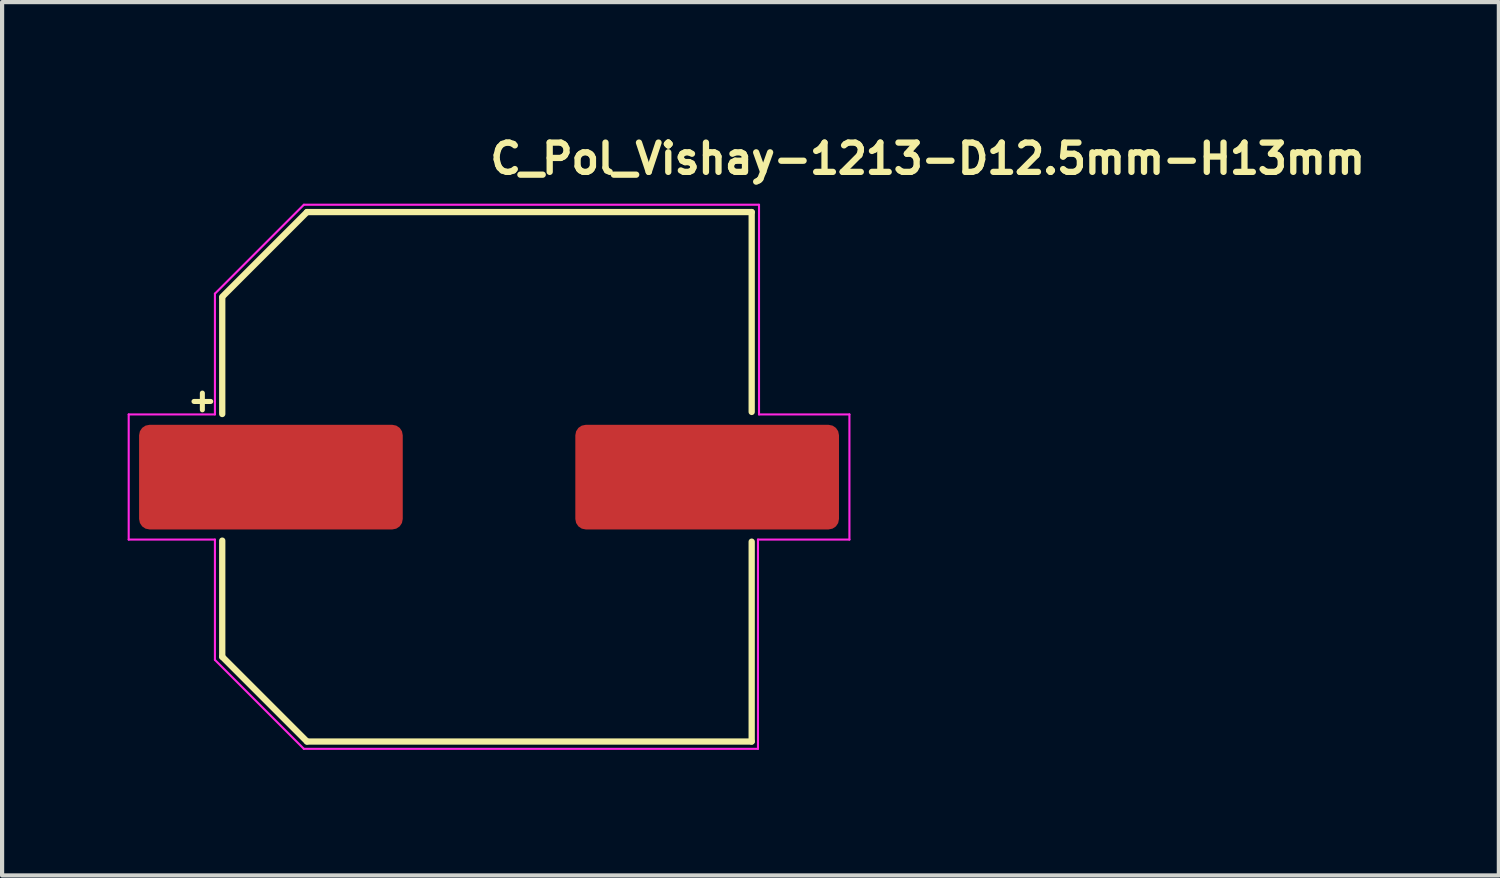
<source format=kicad_pcb>
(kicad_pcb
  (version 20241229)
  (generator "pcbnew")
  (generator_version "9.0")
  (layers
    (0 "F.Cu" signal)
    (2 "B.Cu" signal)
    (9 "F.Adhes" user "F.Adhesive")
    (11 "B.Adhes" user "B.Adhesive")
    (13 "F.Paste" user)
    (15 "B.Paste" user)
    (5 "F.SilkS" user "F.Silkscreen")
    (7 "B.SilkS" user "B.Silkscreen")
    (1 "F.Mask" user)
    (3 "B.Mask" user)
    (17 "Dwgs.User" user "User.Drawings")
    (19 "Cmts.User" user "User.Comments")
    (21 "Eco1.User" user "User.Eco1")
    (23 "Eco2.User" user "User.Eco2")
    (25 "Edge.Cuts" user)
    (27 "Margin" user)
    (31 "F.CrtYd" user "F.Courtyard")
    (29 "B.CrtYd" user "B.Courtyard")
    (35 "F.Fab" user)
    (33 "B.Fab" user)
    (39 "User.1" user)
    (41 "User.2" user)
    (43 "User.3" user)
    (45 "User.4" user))
  (footprint "C_Pol_Vishay-1213-D12.5mm-H13mm"
    (layer "F.Cu")
    (at 8.585 8.342)
    (property "Reference" "C_Pol_Vishay-1213-D12.5mm-H13mm" (at 0 -7.192 0) (layer "F.SilkS") (effects (font (size 0.7 0.7) (thickness 0.15)) (justify left bottom)))
    (attr smd)
    (fp_line (start -7 -1.8) (end -6.6 -1.8) (stroke (width 0.12) (type solid)) (layer "F.SilkS"))
    (fp_line (start -6.8 -2) (end -6.8 -1.6) (stroke (width 0.12) (type solid)) (layer "F.SilkS"))
    (fp_line (start -6.325 -4.3) (end -4.3 -6.325) (stroke (width 0.15) (type solid)) (layer "F.SilkS"))
    (fp_line (start -6.325 -1.5) (end -6.325 -4.275) (stroke (width 0.15) (type solid)) (layer "F.SilkS"))
    (fp_line (start -6.325 4.3) (end -6.325 1.525) (stroke (width 0.15) (type solid)) (layer "F.SilkS"))
    (fp_line (start -6.325 4.3) (end -4.3 6.325) (stroke (width 0.15) (type solid)) (layer "F.SilkS"))
    (fp_line (start 6.325 -6.325) (end -4.3 -6.325) (stroke (width 0.15) (type solid)) (layer "F.SilkS"))
    (fp_line (start 6.325 -6.325) (end 6.325 -1.55) (stroke (width 0.15) (type solid)) (layer "F.SilkS"))
    (fp_line (start 6.325 6.325) (end -4.3 6.325) (stroke (width 0.15) (type solid)) (layer "F.SilkS"))
    (fp_line (start 6.325 6.325) (end 6.325 1.55) (stroke (width 0.15) (type solid)) (layer "F.SilkS"))
    (fp_line (start -8.56 -1.49) (end -6.5 -1.49) (stroke (width 0.05) (type solid)) (layer "F.CrtYd"))
    (fp_line (start -8.56 1.5) (end -8.56 -1.49) (stroke (width 0.05) (type solid)) (layer "F.CrtYd"))
    (fp_line (start -6.5 -4.375) (end -4.375 -6.5) (stroke (width 0.05) (type solid)) (layer "F.CrtYd"))
    (fp_line (start -6.5 -1.49) (end -6.5 -4.375) (stroke (width 0.05) (type solid)) (layer "F.CrtYd"))
    (fp_line (start -6.5 1.5) (end -8.56 1.5) (stroke (width 0.05) (type solid)) (layer "F.CrtYd"))
    (fp_line (start -6.5 4.375) (end -6.5 1.5) (stroke (width 0.05) (type solid)) (layer "F.CrtYd"))
    (fp_line (start -4.375 -6.5) (end 6.5 -6.5) (stroke (width 0.05) (type solid)) (layer "F.CrtYd"))
    (fp_line (start -4.375 6.5) (end -6.5 4.375) (stroke (width 0.05) (type solid)) (layer "F.CrtYd"))
    (fp_line (start 6.475 1.5) (end 6.475 6.5) (stroke (width 0.05) (type solid)) (layer "F.CrtYd"))
    (fp_line (start 6.475 6.5) (end -4.375 6.5) (stroke (width 0.05) (type solid)) (layer "F.CrtYd"))
    (fp_line (start 6.5 -6.5) (end 6.5 -1.49) (stroke (width 0.05) (type solid)) (layer "F.CrtYd"))
    (fp_line (start 6.5 -1.49) (end 8.66 -1.49) (stroke (width 0.05) (type solid)) (layer "F.CrtYd"))
    (fp_line (start 8.66 -1.49) (end 8.66 1.5) (stroke (width 0.05) (type solid)) (layer "F.CrtYd"))
    (fp_line (start 8.66 1.5) (end 6.475 1.5) (stroke (width 0.05) (type solid)) (layer "F.CrtYd"))
    (fp_rect (start -6.248 -6.25) (end 6.25 6.248) (stroke (width 0.1) (type solid)) (fill no) (layer "User.5"))
    (fp_line (start -7.455 0.648) (end -7.455 -0.648) (stroke (width 0.01) (type solid)) (layer "User.9"))
    (fp_line (start -7.455 0.648) (end -6.248 0.648) (stroke (width 0.01) (type solid)) (layer "User.9"))
    (fp_line (start -6.248 -4.26) (end -6.248 -2.272) (stroke (width 0.01) (type solid)) (layer "User.9"))
    (fp_line (start -6.248 -2.272) (end -6.248 2.272) (stroke (width 0.01) (type solid)) (layer "User.9"))
    (fp_line (start -6.248 -2.272) (end -5.484 -2.272) (stroke (width 0.01) (type solid)) (layer "User.9"))
    (fp_line (start -6.248 -0.648) (end -7.455 -0.648) (stroke (width 0.01) (type solid)) (layer "User.9"))
    (fp_line (start -6.248 2.272) (end -6.248 4.26) (stroke (width 0.01) (type solid)) (layer "User.9"))
    (fp_line (start -6.248 4.26) (end -4.26 6.248) (stroke (width 0.01) (type solid)) (layer "User.9"))
    (fp_line (start -5.933 0) (end -5.933 0) (stroke (width 0.01) (type solid)) (layer "User.9"))
    (fp_line (start -5.933 0) (end -5.926 0.305) (stroke (width 0.01) (type solid)) (layer "User.9"))
    (fp_line (start -5.926 -0.305) (end -5.933 0) (stroke (width 0.01) (type solid)) (layer "User.9"))
    (fp_line (start -5.926 0.305) (end -5.903 0.607) (stroke (width 0.01) (type solid)) (layer "User.9"))
    (fp_line (start -5.903 -0.607) (end -5.926 -0.305) (stroke (width 0.01) (type solid)) (layer "User.9"))
    (fp_line (start -5.903 0.607) (end -5.865 0.904) (stroke (width 0.01) (type solid)) (layer "User.9"))
    (fp_line (start -5.865 -0.904) (end -5.903 -0.607) (stroke (width 0.01) (type solid)) (layer "User.9"))
    (fp_line (start -5.865 0.904) (end -5.813 1.196) (stroke (width 0.01) (type solid)) (layer "User.9"))
    (fp_line (start -5.813 -1.196) (end -5.865 -0.904) (stroke (width 0.01) (type solid)) (layer "User.9"))
    (fp_line (start -5.813 1.196) (end -5.747 1.483) (stroke (width 0.01) (type solid)) (layer "User.9"))
    (fp_line (start -5.747 -1.483) (end -5.813 -1.196) (stroke (width 0.01) (type solid)) (layer "User.9"))
    (fp_line (start -5.747 1.483) (end -5.667 1.764) (stroke (width 0.01) (type solid)) (layer "User.9"))
    (fp_line (start -5.667 -1.764) (end -5.747 -1.483) (stroke (width 0.01) (type solid)) (layer "User.9"))
    (fp_line (start -5.667 1.764) (end -5.573 2.04) (stroke (width 0.01) (type solid)) (layer "User.9"))
    (fp_line (start -5.573 -2.04) (end -5.667 -1.764) (stroke (width 0.01) (type solid)) (layer "User.9"))
    (fp_line (start -5.573 2.04) (end -5.467 2.31) (stroke (width 0.01) (type solid)) (layer "User.9"))
    (fp_line (start -5.484 2.272) (end -6.248 2.272) (stroke (width 0.01) (type solid)) (layer "User.9"))
    (fp_line (start -5.484 2.272) (end -5.365 2.541) (stroke (width 0.01) (type solid)) (layer "User.9"))
    (fp_line (start -5.467 -2.31) (end -5.573 -2.04) (stroke (width 0.01) (type solid)) (layer "User.9"))
    (fp_line (start -5.467 2.31) (end -5.348 2.572) (stroke (width 0.01) (type solid)) (layer "User.9"))
    (fp_line (start -5.365 -2.541) (end -5.484 -2.272) (stroke (width 0.01) (type solid)) (layer "User.9"))
    (fp_line (start -5.365 2.541) (end -5.233 2.803) (stroke (width 0.01) (type solid)) (layer "User.9"))
    (fp_line (start -5.348 -2.572) (end -5.467 -2.31) (stroke (width 0.01) (type solid)) (layer "User.9"))
    (fp_line (start -5.348 2.572) (end -5.217 2.828) (stroke (width 0.01) (type solid)) (layer "User.9"))
    (fp_line (start -5.233 -2.803) (end -5.365 -2.541) (stroke (width 0.01) (type solid)) (layer "User.9"))
    (fp_line (start -5.233 2.803) (end -5.088 3.057) (stroke (width 0.01) (type solid)) (layer "User.9"))
    (fp_line (start -5.217 -2.828) (end -5.348 -2.572) (stroke (width 0.01) (type solid)) (layer "User.9"))
    (fp_line (start -5.217 2.828) (end -5.074 3.077) (stroke (width 0.01) (type solid)) (layer "User.9"))
    (fp_line (start -5.088 -3.057) (end -5.233 -2.803) (stroke (width 0.01) (type solid)) (layer "User.9"))
    (fp_line (start -5.088 3.057) (end -4.932 3.303) (stroke (width 0.01) (type solid)) (layer "User.9"))
    (fp_line (start -5.074 -3.077) (end -5.217 -2.828) (stroke (width 0.01) (type solid)) (layer "User.9"))
    (fp_line (start -5.074 3.077) (end -4.92 3.317) (stroke (width 0.01) (type solid)) (layer "User.9"))
    (fp_line (start -4.932 -3.303) (end -5.088 -3.057) (stroke (width 0.01) (type solid)) (layer "User.9"))
    (fp_line (start -4.932 3.303) (end -4.765 3.54) (stroke (width 0.01) (type solid)) (layer "User.9"))
    (fp_line (start -4.92 -3.317) (end -5.074 -3.077) (stroke (width 0.01) (type solid)) (layer "User.9"))
    (fp_line (start -4.92 3.317) (end -4.755 3.55) (stroke (width 0.01) (type solid)) (layer "User.9"))
    (fp_line (start -4.765 -3.54) (end -4.932 -3.303) (stroke (width 0.01) (type solid)) (layer "User.9"))
    (fp_line (start -4.765 3.54) (end -4.586 3.768) (stroke (width 0.01) (type solid)) (layer "User.9"))
    (fp_line (start -4.755 -3.55) (end -4.92 -3.317) (stroke (width 0.01) (type solid)) (layer "User.9"))
    (fp_line (start -4.755 3.55) (end -4.579 3.774) (stroke (width 0.01) (type solid)) (layer "User.9"))
    (fp_line (start -4.586 -3.768) (end -4.765 -3.54) (stroke (width 0.01) (type solid)) (layer "User.9"))
    (fp_line (start -4.586 3.768) (end -4.397 3.988) (stroke (width 0.01) (type solid)) (layer "User.9"))
    (fp_line (start -4.579 -3.774) (end -4.755 -3.55) (stroke (width 0.01) (type solid)) (layer "User.9"))
    (fp_line (start -4.579 3.774) (end -4.392 3.99) (stroke (width 0.01) (type solid)) (layer "User.9"))
    (fp_line (start -4.397 -3.988) (end -4.586 -3.768) (stroke (width 0.01) (type solid)) (layer "User.9"))
    (fp_line (start -4.397 3.988) (end -4.197 4.197) (stroke (width 0.01) (type solid)) (layer "User.9"))
    (fp_line (start -4.392 -3.99) (end -4.579 -3.774) (stroke (width 0.01) (type solid)) (layer "User.9"))
    (fp_line (start -4.392 3.99) (end -4.196 4.196) (stroke (width 0.01) (type solid)) (layer "User.9"))
    (fp_line (start -4.26 -6.248) (end -6.248 -4.26) (stroke (width 0.01) (type solid)) (layer "User.9"))
    (fp_line (start -4.26 6.248) (end -2.272 6.248) (stroke (width 0.01) (type solid)) (layer "User.9"))
    (fp_line (start -4.197 -4.197) (end -4.397 -3.988) (stroke (width 0.01) (type solid)) (layer "User.9"))
    (fp_line (start -4.197 4.197) (end -3.988 4.397) (stroke (width 0.01) (type solid)) (layer "User.9"))
    (fp_line (start -4.196 -4.196) (end -4.392 -3.99) (stroke (width 0.01) (type solid)) (layer "User.9"))
    (fp_line (start -4.196 4.196) (end -3.99 4.392) (stroke (width 0.01) (type solid)) (layer "User.9"))
    (fp_line (start -3.99 -4.392) (end -4.196 -4.196) (stroke (width 0.01) (type solid)) (layer "User.9"))
    (fp_line (start -3.99 4.392) (end -3.774 4.579) (stroke (width 0.01) (type solid)) (layer "User.9"))
    (fp_line (start -3.988 -4.397) (end -4.197 -4.197) (stroke (width 0.01) (type solid)) (layer "User.9"))
    (fp_line (start -3.988 4.397) (end -3.768 4.586) (stroke (width 0.01) (type solid)) (layer "User.9"))
    (fp_line (start -3.774 -4.579) (end -3.99 -4.392) (stroke (width 0.01) (type solid)) (layer "User.9"))
    (fp_line (start -3.774 4.579) (end -3.55 4.755) (stroke (width 0.01) (type solid)) (layer "User.9"))
    (fp_line (start -3.768 -4.586) (end -3.988 -4.397) (stroke (width 0.01) (type solid)) (layer "User.9"))
    (fp_line (start -3.768 4.586) (end -3.54 4.765) (stroke (width 0.01) (type solid)) (layer "User.9"))
    (fp_line (start -3.55 -4.755) (end -3.774 -4.579) (stroke (width 0.01) (type solid)) (layer "User.9"))
    (fp_line (start -3.55 4.755) (end -3.317 4.92) (stroke (width 0.01) (type solid)) (layer "User.9"))
    (fp_line (start -3.54 4.765) (end -3.303 4.932) (stroke (width 0.01) (type solid)) (layer "User.9"))
    (fp_line (start -3.54 -4.765) (end -3.768 -4.586) (stroke (width 0.01) (type solid)) (layer "User.9"))
    (fp_line (start -3.317 -4.92) (end -3.55 -4.755) (stroke (width 0.01) (type solid)) (layer "User.9"))
    (fp_line (start -3.317 4.92) (end -3.077 5.074) (stroke (width 0.01) (type solid)) (layer "User.9"))
    (fp_line (start -3.303 4.932) (end -3.057 5.088) (stroke (width 0.01) (type solid)) (layer "User.9"))
    (fp_line (start -3.303 -4.932) (end -3.54 -4.765) (stroke (width 0.01) (type solid)) (layer "User.9"))
    (fp_line (start -3.077 -5.074) (end -3.317 -4.92) (stroke (width 0.01) (type solid)) (layer "User.9"))
    (fp_line (start -3.077 5.074) (end -2.828 5.217) (stroke (width 0.01) (type solid)) (layer "User.9"))
    (fp_line (start -3.057 5.088) (end -2.803 5.233) (stroke (width 0.01) (type solid)) (layer "User.9"))
    (fp_line (start -3.057 -5.088) (end -3.303 -4.932) (stroke (width 0.01) (type solid)) (layer "User.9"))
    (fp_line (start -2.828 -5.217) (end -3.077 -5.074) (stroke (width 0.01) (type solid)) (layer "User.9"))
    (fp_line (start -2.828 5.217) (end -2.572 5.348) (stroke (width 0.01) (type solid)) (layer "User.9"))
    (fp_line (start -2.803 5.233) (end -2.541 5.365) (stroke (width 0.01) (type solid)) (layer "User.9"))
    (fp_line (start -2.803 -5.233) (end -3.057 -5.088) (stroke (width 0.01) (type solid)) (layer "User.9"))
    (fp_line (start -2.572 -5.348) (end -2.828 -5.217) (stroke (width 0.01) (type solid)) (layer "User.9"))
    (fp_line (start -2.572 5.348) (end -2.31 5.467) (stroke (width 0.01) (type solid)) (layer "User.9"))
    (fp_line (start -2.541 5.365) (end -2.272 5.484) (stroke (width 0.01) (type solid)) (layer "User.9"))
    (fp_line (start -2.541 -5.365) (end -2.803 -5.233) (stroke (width 0.01) (type solid)) (layer "User.9"))
    (fp_line (start -2.31 -5.467) (end -2.572 -5.348) (stroke (width 0.01) (type solid)) (layer "User.9"))
    (fp_line (start -2.31 5.467) (end -2.04 5.573) (stroke (width 0.01) (type solid)) (layer "User.9"))
    (fp_line (start -2.272 -6.248) (end -4.26 -6.248) (stroke (width 0.01) (type solid)) (layer "User.9"))
    (fp_line (start -2.272 -5.484) (end -2.272 -6.248) (stroke (width 0.01) (type solid)) (layer "User.9"))
    (fp_line (start -2.272 6.248) (end -2.272 5.484) (stroke (width 0.01) (type solid)) (layer "User.9"))
    (fp_line (start -2.272 6.248) (end 2.272 6.248) (stroke (width 0.01) (type solid)) (layer "User.9"))
    (fp_line (start -2.272 -5.484) (end -2.541 -5.365) (stroke (width 0.01) (type solid)) (layer "User.9"))
    (fp_line (start -2.04 -5.573) (end -2.31 -5.467) (stroke (width 0.01) (type solid)) (layer "User.9"))
    (fp_line (start -2.04 5.573) (end -1.764 5.667) (stroke (width 0.01) (type solid)) (layer "User.9"))
    (fp_line (start -1.764 -5.667) (end -2.04 -5.573) (stroke (width 0.01) (type solid)) (layer "User.9"))
    (fp_line (start -1.764 5.667) (end -1.483 5.747) (stroke (width 0.01) (type solid)) (layer "User.9"))
    (fp_line (start -1.483 -5.747) (end -1.764 -5.667) (stroke (width 0.01) (type solid)) (layer "User.9"))
    (fp_line (start -1.483 5.747) (end -1.196 5.813) (stroke (width 0.01) (type solid)) (layer "User.9"))
    (fp_line (start -1.196 -5.813) (end -1.483 -5.747) (stroke (width 0.01) (type solid)) (layer "User.9"))
    (fp_line (start -1.196 5.813) (end -0.904 5.865) (stroke (width 0.01) (type solid)) (layer "User.9"))
    (fp_line (start -0.904 -5.865) (end -1.196 -5.813) (stroke (width 0.01) (type solid)) (layer "User.9"))
    (fp_line (start -0.904 5.865) (end -0.607 5.903) (stroke (width 0.01) (type solid)) (layer "User.9"))
    (fp_line (start -0.607 -5.903) (end -0.904 -5.865) (stroke (width 0.01) (type solid)) (layer "User.9"))
    (fp_line (start -0.607 5.903) (end -0.305 5.926) (stroke (width 0.01) (type solid)) (layer "User.9"))
    (fp_line (start -0.305 -5.926) (end -0.607 -5.903) (stroke (width 0.01) (type solid)) (layer "User.9"))
    (fp_line (start -0.305 5.926) (end 0 5.933) (stroke (width 0.01) (type solid)) (layer "User.9"))
    (fp_line (start 0 -5.933) (end -0.305 -5.926) (stroke (width 0.01) (type solid)) (layer "User.9"))
    (fp_line (start 0 -5.933) (end 0 -5.933) (stroke (width 0.01) (type solid)) (layer "User.9"))
    (fp_line (start 0 5.933) (end 0 5.933) (stroke (width 0.01) (type solid)) (layer "User.9"))
    (fp_line (start 0 5.933) (end 0.305 5.926) (stroke (width 0.01) (type solid)) (layer "User.9"))
    (fp_line (start 0.305 -5.926) (end 0 -5.933) (stroke (width 0.01) (type solid)) (layer "User.9"))
    (fp_line (start 0.305 5.926) (end 0.607 5.903) (stroke (width 0.01) (type solid)) (layer "User.9"))
    (fp_line (start 0.607 -5.903) (end 0.305 -5.926) (stroke (width 0.01) (type solid)) (layer "User.9"))
    (fp_line (start 0.607 5.903) (end 0.904 5.865) (stroke (width 0.01) (type solid)) (layer "User.9"))
    (fp_line (start 0.904 -5.865) (end 0.607 -5.903) (stroke (width 0.01) (type solid)) (layer "User.9"))
    (fp_line (start 0.904 5.865) (end 1.196 5.813) (stroke (width 0.01) (type solid)) (layer "User.9"))
    (fp_line (start 1.196 -5.813) (end 0.904 -5.865) (stroke (width 0.01) (type solid)) (layer "User.9"))
    (fp_line (start 1.196 5.813) (end 1.483 5.747) (stroke (width 0.01) (type solid)) (layer "User.9"))
    (fp_line (start 1.483 -5.747) (end 1.196 -5.813) (stroke (width 0.01) (type solid)) (layer "User.9"))
    (fp_line (start 1.483 5.747) (end 1.764 5.667) (stroke (width 0.01) (type solid)) (layer "User.9"))
    (fp_line (start 1.764 -5.667) (end 1.483 -5.747) (stroke (width 0.01) (type solid)) (layer "User.9"))
    (fp_line (start 1.764 5.667) (end 2.04 5.573) (stroke (width 0.01) (type solid)) (layer "User.9"))
    (fp_line (start 2.04 -5.573) (end 1.764 -5.667) (stroke (width 0.01) (type solid)) (layer "User.9"))
    (fp_line (start 2.04 5.573) (end 2.31 5.467) (stroke (width 0.01) (type solid)) (layer "User.9"))
    (fp_line (start 2.272 5.484) (end 2.541 5.365) (stroke (width 0.01) (type solid)) (layer "User.9"))
    (fp_line (start 2.272 -6.248) (end -2.272 -6.248) (stroke (width 0.01) (type solid)) (layer "User.9"))
    (fp_line (start 2.272 -6.248) (end 2.272 -5.484) (stroke (width 0.01) (type solid)) (layer "User.9"))
    (fp_line (start 2.272 5.484) (end 2.272 6.248) (stroke (width 0.01) (type solid)) (layer "User.9"))
    (fp_line (start 2.272 6.248) (end 6.248 6.248) (stroke (width 0.01) (type solid)) (layer "User.9"))
    (fp_line (start 2.31 -5.467) (end 2.04 -5.573) (stroke (width 0.01) (type solid)) (layer "User.9"))
    (fp_line (start 2.31 5.467) (end 2.572 5.348) (stroke (width 0.01) (type solid)) (layer "User.9"))
    (fp_line (start 2.541 5.365) (end 2.803 5.233) (stroke (width 0.01) (type solid)) (layer "User.9"))
    (fp_line (start 2.541 -5.365) (end 2.272 -5.484) (stroke (width 0.01) (type solid)) (layer "User.9"))
    (fp_line (start 2.572 -5.348) (end 2.31 -5.467) (stroke (width 0.01) (type solid)) (layer "User.9"))
    (fp_line (start 2.572 5.348) (end 2.828 5.217) (stroke (width 0.01) (type solid)) (layer "User.9"))
    (fp_line (start 2.803 5.233) (end 3.057 5.088) (stroke (width 0.01) (type solid)) (layer "User.9"))
    (fp_line (start 2.803 -5.233) (end 2.541 -5.365) (stroke (width 0.01) (type solid)) (layer "User.9"))
    (fp_line (start 2.828 -5.217) (end 2.572 -5.348) (stroke (width 0.01) (type solid)) (layer "User.9"))
    (fp_line (start 2.828 5.217) (end 3.077 5.074) (stroke (width 0.01) (type solid)) (layer "User.9"))
    (fp_line (start 3.057 5.088) (end 3.303 4.932) (stroke (width 0.01) (type solid)) (layer "User.9"))
    (fp_line (start 3.057 -5.088) (end 2.803 -5.233) (stroke (width 0.01) (type solid)) (layer "User.9"))
    (fp_line (start 3.077 -5.074) (end 2.828 -5.217) (stroke (width 0.01) (type solid)) (layer "User.9"))
    (fp_line (start 3.077 5.074) (end 3.317 4.92) (stroke (width 0.01) (type solid)) (layer "User.9"))
    (fp_line (start 3.303 4.932) (end 3.54 4.765) (stroke (width 0.01) (type solid)) (layer "User.9"))
    (fp_line (start 3.303 -4.932) (end 3.057 -5.088) (stroke (width 0.01) (type solid)) (layer "User.9"))
    (fp_line (start 3.317 -4.92) (end 3.077 -5.074) (stroke (width 0.01) (type solid)) (layer "User.9"))
    (fp_line (start 3.317 4.92) (end 3.55 4.755) (stroke (width 0.01) (type solid)) (layer "User.9"))
    (fp_line (start 3.54 4.765) (end 3.768 4.586) (stroke (width 0.01) (type solid)) (layer "User.9"))
    (fp_line (start 3.54 -4.765) (end 3.303 -4.932) (stroke (width 0.01) (type solid)) (layer "User.9"))
    (fp_line (start 3.55 -4.755) (end 3.317 -4.92) (stroke (width 0.01) (type solid)) (layer "User.9"))
    (fp_line (start 3.55 4.755) (end 3.774 4.579) (stroke (width 0.01) (type solid)) (layer "User.9"))
    (fp_line (start 3.768 4.586) (end 3.988 4.397) (stroke (width 0.01) (type solid)) (layer "User.9"))
    (fp_line (start 3.768 -4.586) (end 3.54 -4.765) (stroke (width 0.01) (type solid)) (layer "User.9"))
    (fp_line (start 3.774 -4.579) (end 3.55 -4.755) (stroke (width 0.01) (type solid)) (layer "User.9"))
    (fp_line (start 3.774 4.579) (end 3.99 4.392) (stroke (width 0.01) (type solid)) (layer "User.9"))
    (fp_line (start 3.988 4.397) (end 4.197 4.197) (stroke (width 0.01) (type solid)) (layer "User.9"))
    (fp_line (start 3.988 -4.397) (end 3.768 -4.586) (stroke (width 0.01) (type solid)) (layer "User.9"))
    (fp_line (start 3.99 -4.392) (end 3.774 -4.579) (stroke (width 0.01) (type solid)) (layer "User.9"))
    (fp_line (start 3.99 4.392) (end 4.196 4.196) (stroke (width 0.01) (type solid)) (layer "User.9"))
    (fp_line (start 4.196 -4.196) (end 3.99 -4.392) (stroke (width 0.01) (type solid)) (layer "User.9"))
    (fp_line (start 4.196 4.196) (end 4.392 3.99) (stroke (width 0.01) (type solid)) (layer "User.9"))
    (fp_line (start 4.197 4.197) (end 4.397 3.988) (stroke (width 0.01) (type solid)) (layer "User.9"))
    (fp_line (start 4.197 -4.197) (end 3.988 -4.397) (stroke (width 0.01) (type solid)) (layer "User.9"))
    (fp_line (start 4.392 -3.99) (end 4.196 -4.196) (stroke (width 0.01) (type solid)) (layer "User.9"))
    (fp_line (start 4.392 3.99) (end 4.579 3.774) (stroke (width 0.01) (type solid)) (layer "User.9"))
    (fp_line (start 4.397 3.988) (end 4.586 3.768) (stroke (width 0.01) (type solid)) (layer "User.9"))
    (fp_line (start 4.397 -3.988) (end 4.197 -4.197) (stroke (width 0.01) (type solid)) (layer "User.9"))
    (fp_line (start 4.579 -3.774) (end 4.392 -3.99) (stroke (width 0.01) (type solid)) (layer "User.9"))
    (fp_line (start 4.579 3.774) (end 4.755 3.55) (stroke (width 0.01) (type solid)) (layer "User.9"))
    (fp_line (start 4.586 3.768) (end 4.765 3.54) (stroke (width 0.01) (type solid)) (layer "User.9"))
    (fp_line (start 4.586 -3.768) (end 4.397 -3.988) (stroke (width 0.01) (type solid)) (layer "User.9"))
    (fp_line (start 4.755 -3.55) (end 4.579 -3.774) (stroke (width 0.01) (type solid)) (layer "User.9"))
    (fp_line (start 4.755 3.55) (end 4.92 3.317) (stroke (width 0.01) (type solid)) (layer "User.9"))
    (fp_line (start 4.765 -3.54) (end 4.586 -3.768) (stroke (width 0.01) (type solid)) (layer "User.9"))
    (fp_line (start 4.765 3.54) (end 4.932 3.303) (stroke (width 0.01) (type solid)) (layer "User.9"))
    (fp_line (start 4.92 -3.317) (end 4.755 -3.55) (stroke (width 0.01) (type solid)) (layer "User.9"))
    (fp_line (start 4.92 3.317) (end 5.074 3.077) (stroke (width 0.01) (type solid)) (layer "User.9"))
    (fp_line (start 4.932 -3.303) (end 4.765 -3.54) (stroke (width 0.01) (type solid)) (layer "User.9"))
    (fp_line (start 4.932 3.303) (end 5.088 3.057) (stroke (width 0.01) (type solid)) (layer "User.9"))
    (fp_line (start 5.074 -3.077) (end 4.92 -3.317) (stroke (width 0.01) (type solid)) (layer "User.9"))
    (fp_line (start 5.074 3.077) (end 5.217 2.828) (stroke (width 0.01) (type solid)) (layer "User.9"))
    (fp_line (start 5.088 -3.057) (end 4.932 -3.303) (stroke (width 0.01) (type solid)) (layer "User.9"))
    (fp_line (start 5.088 3.057) (end 5.233 2.803) (stroke (width 0.01) (type solid)) (layer "User.9"))
    (fp_line (start 5.217 -2.828) (end 5.074 -3.077) (stroke (width 0.01) (type solid)) (layer "User.9"))
    (fp_line (start 5.217 2.828) (end 5.348 2.572) (stroke (width 0.01) (type solid)) (layer "User.9"))
    (fp_line (start 5.233 -2.803) (end 5.088 -3.057) (stroke (width 0.01) (type solid)) (layer "User.9"))
    (fp_line (start 5.233 2.803) (end 5.365 2.541) (stroke (width 0.01) (type solid)) (layer "User.9"))
    (fp_line (start 5.348 -2.572) (end 5.217 -2.828) (stroke (width 0.01) (type solid)) (layer "User.9"))
    (fp_line (start 5.348 2.572) (end 5.467 2.31) (stroke (width 0.01) (type solid)) (layer "User.9"))
    (fp_line (start 5.365 -2.541) (end 5.233 -2.803) (stroke (width 0.01) (type solid)) (layer "User.9"))
    (fp_line (start 5.365 2.541) (end 5.484 2.272) (stroke (width 0.01) (type solid)) (layer "User.9"))
    (fp_line (start 5.467 -2.31) (end 5.348 -2.572) (stroke (width 0.01) (type solid)) (layer "User.9"))
    (fp_line (start 5.467 2.31) (end 5.573 2.04) (stroke (width 0.01) (type solid)) (layer "User.9"))
    (fp_line (start 5.484 -2.272) (end 5.365 -2.541) (stroke (width 0.01) (type solid)) (layer "User.9"))
    (fp_line (start 5.484 -2.272) (end 6.248 -2.272) (stroke (width 0.01) (type solid)) (layer "User.9"))
    (fp_line (start 5.573 -2.04) (end 5.467 -2.31) (stroke (width 0.01) (type solid)) (layer "User.9"))
    (fp_line (start 5.573 2.04) (end 5.667 1.764) (stroke (width 0.01) (type solid)) (layer "User.9"))
    (fp_line (start 5.667 -1.764) (end 5.573 -2.04) (stroke (width 0.01) (type solid)) (layer "User.9"))
    (fp_line (start 5.667 1.764) (end 5.747 1.483) (stroke (width 0.01) (type solid)) (layer "User.9"))
    (fp_line (start 5.747 -1.483) (end 5.667 -1.764) (stroke (width 0.01) (type solid)) (layer "User.9"))
    (fp_line (start 5.747 1.483) (end 5.813 1.196) (stroke (width 0.01) (type solid)) (layer "User.9"))
    (fp_line (start 5.813 -1.196) (end 5.747 -1.483) (stroke (width 0.01) (type solid)) (layer "User.9"))
    (fp_line (start 5.813 1.196) (end 5.865 0.904) (stroke (width 0.01) (type solid)) (layer "User.9"))
    (fp_line (start 5.865 -0.904) (end 5.813 -1.196) (stroke (width 0.01) (type solid)) (layer "User.9"))
    (fp_line (start 5.865 0.904) (end 5.903 0.607) (stroke (width 0.01) (type solid)) (layer "User.9"))
    (fp_line (start 5.903 -0.607) (end 5.865 -0.904) (stroke (width 0.01) (type solid)) (layer "User.9"))
    (fp_line (start 5.903 0.607) (end 5.926 0.305) (stroke (width 0.01) (type solid)) (layer "User.9"))
    (fp_line (start 5.926 -0.305) (end 5.903 -0.607) (stroke (width 0.01) (type solid)) (layer "User.9"))
    (fp_line (start 5.926 0.305) (end 5.933 0) (stroke (width 0.01) (type solid)) (layer "User.9"))
    (fp_line (start 5.933 0) (end 5.926 -0.305) (stroke (width 0.01) (type solid)) (layer "User.9"))
    (fp_line (start 5.933 0) (end 5.933 0) (stroke (width 0.01) (type solid)) (layer "User.9"))
    (fp_line (start 5.933 0) (end 5.933 0) (stroke (width 0.01) (type solid)) (layer "User.9"))
    (fp_line (start 6.248 -6.248) (end 2.272 -6.248) (stroke (width 0.01) (type solid)) (layer "User.9"))
    (fp_line (start 6.248 -2.272) (end 6.248 -6.248) (stroke (width 0.01) (type solid)) (layer "User.9"))
    (fp_line (start 6.248 0.648) (end 7.455 0.648) (stroke (width 0.01) (type solid)) (layer "User.9"))
    (fp_line (start 6.248 2.272) (end 5.484 2.272) (stroke (width 0.01) (type solid)) (layer "User.9"))
    (fp_line (start 6.248 2.272) (end 6.248 -2.272) (stroke (width 0.01) (type solid)) (layer "User.9"))
    (fp_line (start 6.248 6.248) (end 6.248 2.272) (stroke (width 0.01) (type solid)) (layer "User.9"))
    (fp_line (start 7.455 -0.648) (end 6.248 -0.648) (stroke (width 0.01) (type solid)) (layer "User.9"))
    (fp_line (start 7.455 -0.648) (end 7.455 0.648) (stroke (width 0.01) (type solid)) (layer "User.9"))
    (pad "1" smd roundrect (at -5.162 0.008) (size 6.3 2.5) (layers "F.Cu" "F.Mask" "F.Paste") (roundrect_rratio 0.1))
    (pad "2" smd roundrect (at 5.261 0.008) (size 6.3 2.5) (layers "F.Cu" "F.Mask" "F.Paste") (roundrect_rratio 0.1)))
  (gr_rect
    (start -3 -3)
    (end 32.762 17.867)
    (stroke (width 0.1) (type default))
    (fill no)
    (layer "Edge.Cuts")))
</source>
